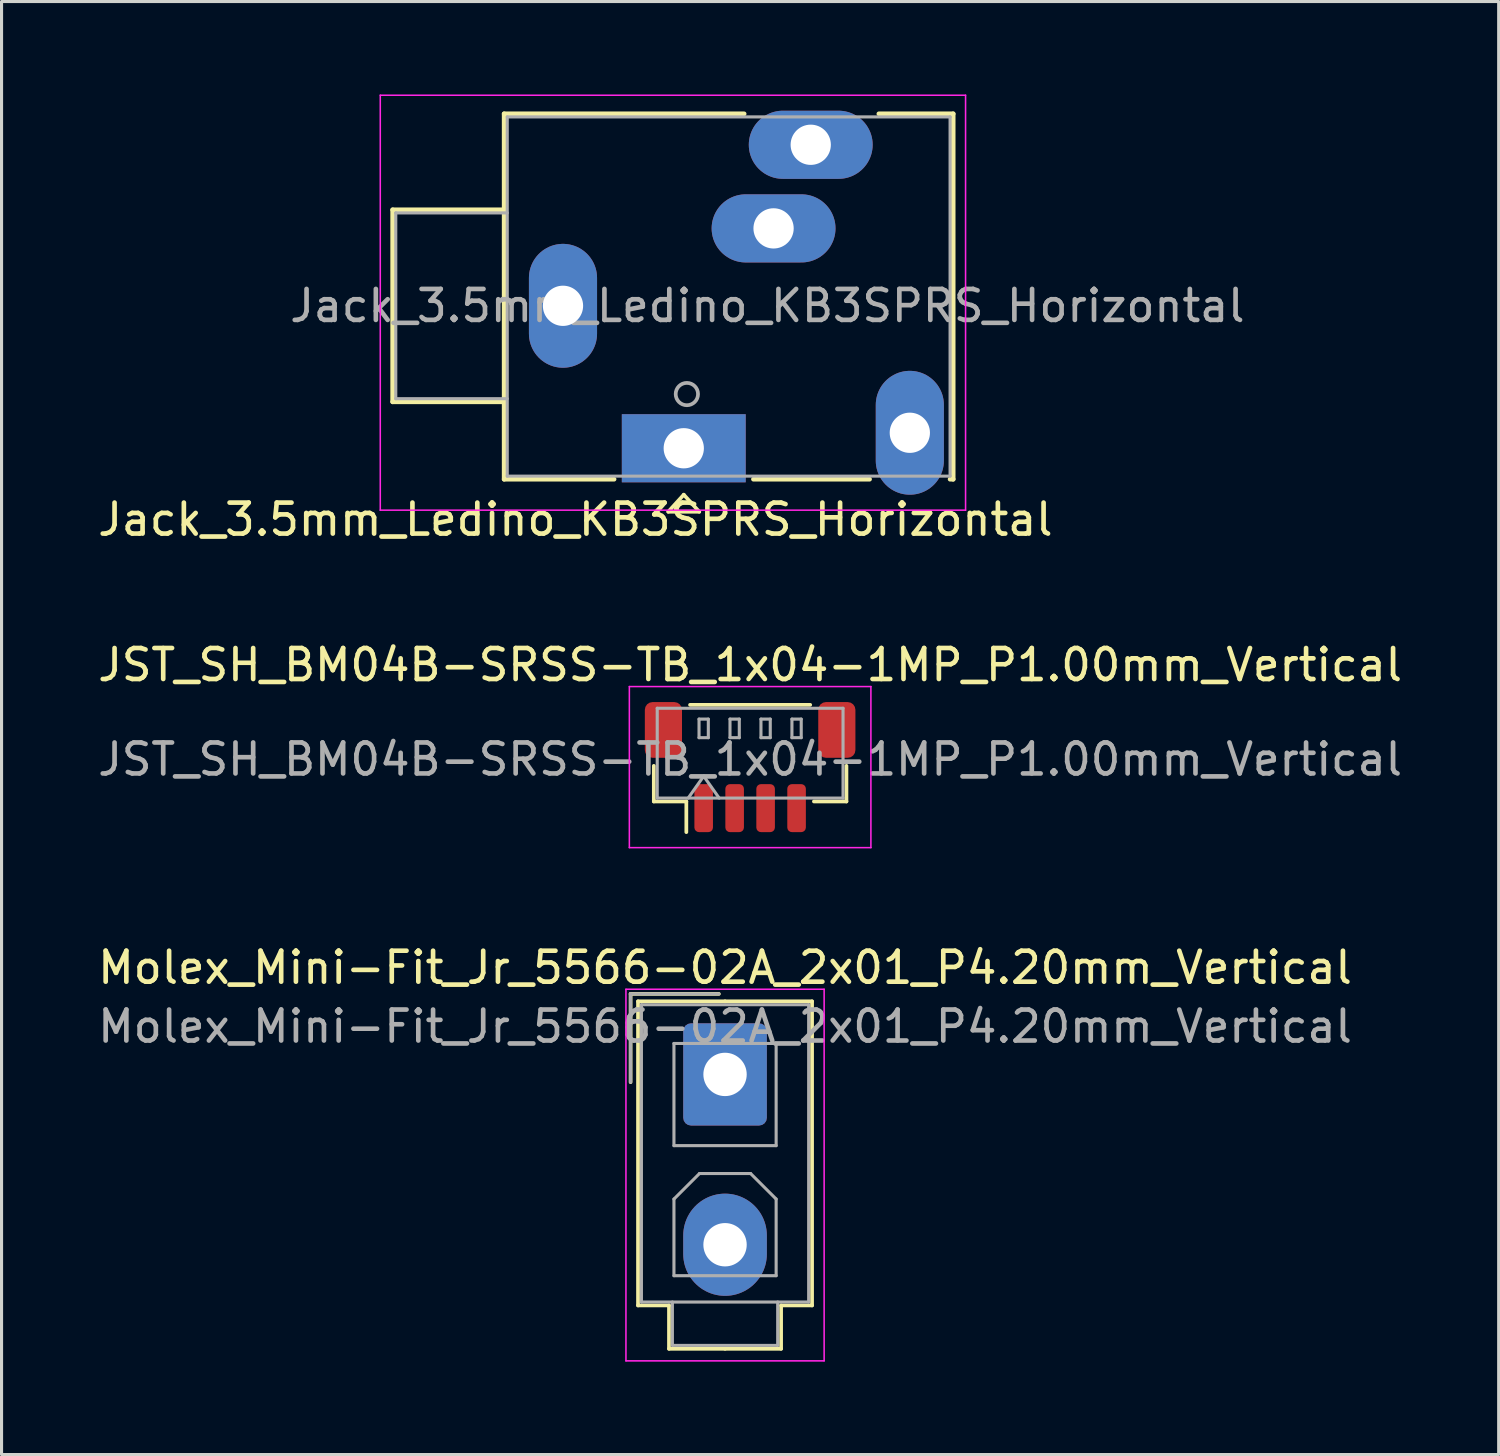
<source format=kicad_pcb>
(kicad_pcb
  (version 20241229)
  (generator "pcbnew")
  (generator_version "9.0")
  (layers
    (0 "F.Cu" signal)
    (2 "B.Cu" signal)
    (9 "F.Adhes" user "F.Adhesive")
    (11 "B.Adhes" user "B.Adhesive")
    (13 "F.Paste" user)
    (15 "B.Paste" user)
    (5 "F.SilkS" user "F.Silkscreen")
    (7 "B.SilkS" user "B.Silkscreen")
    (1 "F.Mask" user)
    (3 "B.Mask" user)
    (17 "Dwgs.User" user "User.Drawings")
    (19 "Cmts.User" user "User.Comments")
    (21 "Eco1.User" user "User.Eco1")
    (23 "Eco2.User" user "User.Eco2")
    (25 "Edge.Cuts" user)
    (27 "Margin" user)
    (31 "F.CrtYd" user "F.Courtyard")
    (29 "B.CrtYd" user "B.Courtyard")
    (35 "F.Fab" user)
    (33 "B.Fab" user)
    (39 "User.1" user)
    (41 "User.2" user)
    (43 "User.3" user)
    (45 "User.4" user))
  (footprint "Molex_Mini-Fit_Jr_5566-02A_2x01_P4.20mm_Vertical"
    (layer "F.Cu")
    (at 20.363 31.645)
    (property "Reference" "Molex_Mini-Fit_Jr_5566-02A_2x01_P4.20mm_Vertical" (at 0 -3.45 0) (layer "F.SilkS") (effects (font (size 1 1) (thickness 0.15))))
    (attr through_hole)
    (fp_line (start -3.05 -2.6) (end -3.05 0.25) (stroke (width 0.12) (type solid)) (layer "F.SilkS"))
    (fp_line (start -2.81 -2.36) (end -2.81 7.46) (stroke (width 0.12) (type solid)) (layer "F.SilkS"))
    (fp_line (start -2.81 7.46) (end -1.81 7.46) (stroke (width 0.12) (type solid)) (layer "F.SilkS"))
    (fp_line (start -1.81 7.46) (end -1.81 8.86) (stroke (width 0.12) (type solid)) (layer "F.SilkS"))
    (fp_line (start -1.81 8.86) (end 0 8.86) (stroke (width 0.12) (type solid)) (layer "F.SilkS"))
    (fp_line (start -0.2 -2.6) (end -3.05 -2.6) (stroke (width 0.12) (type solid)) (layer "F.SilkS"))
    (fp_line (start 0 -2.36) (end -2.81 -2.36) (stroke (width 0.12) (type solid)) (layer "F.SilkS"))
    (fp_line (start 0 -2.36) (end 2.81 -2.36) (stroke (width 0.12) (type solid)) (layer "F.SilkS"))
    (fp_line (start 1.81 7.46) (end 1.81 8.86) (stroke (width 0.12) (type solid)) (layer "F.SilkS"))
    (fp_line (start 1.81 8.86) (end 0 8.86) (stroke (width 0.12) (type solid)) (layer "F.SilkS"))
    (fp_line (start 2.81 -2.36) (end 2.81 7.46) (stroke (width 0.12) (type solid)) (layer "F.SilkS"))
    (fp_line (start 2.81 7.46) (end 1.81 7.46) (stroke (width 0.12) (type solid)) (layer "F.SilkS"))
    (fp_line (start -3.2 -2.75) (end -3.2 9.25) (stroke (width 0.05) (type solid)) (layer "F.CrtYd"))
    (fp_line (start -3.2 9.25) (end 3.2 9.25) (stroke (width 0.05) (type solid)) (layer "F.CrtYd"))
    (fp_line (start 3.2 -2.75) (end -3.2 -2.75) (stroke (width 0.05) (type solid)) (layer "F.CrtYd"))
    (fp_line (start 3.2 9.25) (end 3.2 -2.75) (stroke (width 0.05) (type solid)) (layer "F.CrtYd"))
    (fp_line (start -3.05 -2.6) (end -3.05 0.25) (stroke (width 0.1) (type solid)) (layer "F.Fab"))
    (fp_line (start -2.7 -2.25) (end -2.7 7.35) (stroke (width 0.1) (type solid)) (layer "F.Fab"))
    (fp_line (start -2.7 7.35) (end 2.7 7.35) (stroke (width 0.1) (type solid)) (layer "F.Fab"))
    (fp_line (start -1.7 7.35) (end -1.7 8.75) (stroke (width 0.1) (type solid)) (layer "F.Fab"))
    (fp_line (start -1.7 8.75) (end 1.7 8.75) (stroke (width 0.1) (type solid)) (layer "F.Fab"))
    (fp_line (start -1.65 -1) (end -1.65 2.3) (stroke (width 0.1) (type solid)) (layer "F.Fab"))
    (fp_line (start -1.65 2.3) (end 1.65 2.3) (stroke (width 0.1) (type solid)) (layer "F.Fab"))
    (fp_line (start -1.65 4.025) (end -0.825 3.2) (stroke (width 0.1) (type solid)) (layer "F.Fab"))
    (fp_line (start -1.65 6.5) (end -1.65 4.025) (stroke (width 0.1) (type solid)) (layer "F.Fab"))
    (fp_line (start -0.825 3.2) (end 0.825 3.2) (stroke (width 0.1) (type solid)) (layer "F.Fab"))
    (fp_line (start -0.2 -2.6) (end -3.05 -2.6) (stroke (width 0.1) (type solid)) (layer "F.Fab"))
    (fp_line (start 0.825 3.2) (end 1.65 4.025) (stroke (width 0.1) (type solid)) (layer "F.Fab"))
    (fp_line (start 1.65 -1) (end -1.65 -1) (stroke (width 0.1) (type solid)) (layer "F.Fab"))
    (fp_line (start 1.65 2.3) (end 1.65 -1) (stroke (width 0.1) (type solid)) (layer "F.Fab"))
    (fp_line (start 1.65 4.025) (end 1.65 6.5) (stroke (width 0.1) (type solid)) (layer "F.Fab"))
    (fp_line (start 1.65 6.5) (end -1.65 6.5) (stroke (width 0.1) (type solid)) (layer "F.Fab"))
    (fp_line (start 1.7 8.75) (end 1.7 7.35) (stroke (width 0.1) (type solid)) (layer "F.Fab"))
    (fp_line (start 2.7 -2.25) (end -2.7 -2.25) (stroke (width 0.1) (type solid)) (layer "F.Fab"))
    (fp_line (start 2.7 7.35) (end 2.7 -2.25) (stroke (width 0.1) (type solid)) (layer "F.Fab"))
    (fp_text user "${REFERENCE}" (at 0 -1.55 0) (layer "F.Fab") (effects (font (size 1 1) (thickness 0.15))))
    (pad "1" thru_hole roundrect (at 0 0) (size 2.7 3.3) (drill 1.4) (layers "*.Cu" "*.Mask") (roundrect_rratio 0.093))
    (pad "2" thru_hole oval (at 0 5.5) (size 2.7 3.3) (drill 1.4) (layers "*.Cu" "*.Mask")))
  (footprint "Jack_3.5mm_Ledino_KB3SPRS_Horizontal"
    (layer "F.Cu")
    (at 19.03 11.425)
    (property "Reference" "Jack_3.5mm_Ledino_KB3SPRS_Horizontal" (at -3.5 2.3 0) (layer "F.SilkS") (effects (font (size 1 1) (thickness 0.15))))
    (attr through_hole)
    (fp_line (start -9.4 -7.7) (end -9.4 -1.5) (stroke (width 0.15) (type solid)) (layer "F.SilkS"))
    (fp_line (start -9.4 -1.5) (end -5.8 -1.5) (stroke (width 0.15) (type solid)) (layer "F.SilkS"))
    (fp_line (start -5.8 -10.8) (end 1.95 -10.8) (stroke (width 0.15) (type solid)) (layer "F.SilkS"))
    (fp_line (start -5.8 -7.7) (end -9.4 -7.7) (stroke (width 0.15) (type solid)) (layer "F.SilkS"))
    (fp_line (start -5.8 1) (end -5.8 -10.8) (stroke (width 0.15) (type solid)) (layer "F.SilkS"))
    (fp_line (start -2.25 1) (end -5.8 1) (stroke (width 0.15) (type solid)) (layer "F.SilkS"))
    (fp_line (start -0.5 2.05) (end 0.5 2.05) (stroke (width 0.12) (type solid)) (layer "F.SilkS"))
    (fp_line (start 0 1.5) (end -0.5 2.05) (stroke (width 0.12) (type solid)) (layer "F.SilkS"))
    (fp_line (start 0.5 2.05) (end 0 1.5) (stroke (width 0.12) (type solid)) (layer "F.SilkS"))
    (fp_line (start 6 1) (end 2.25 1) (stroke (width 0.15) (type solid)) (layer "F.SilkS"))
    (fp_line (start 6.3 -10.8) (end 8.7 -10.8) (stroke (width 0.15) (type solid)) (layer "F.SilkS"))
    (fp_line (start 8.7 -10.8) (end 8.7 1) (stroke (width 0.15) (type solid)) (layer "F.SilkS"))
    (fp_line (start 8.7 1) (end 8.6 1) (stroke (width 0.15) (type solid)) (layer "F.SilkS"))
    (fp_line (start -9.8 -11.4) (end -9.8 2) (stroke (width 0.05) (type solid)) (layer "F.CrtYd"))
    (fp_line (start -9.8 2) (end 9.1 2) (stroke (width 0.05) (type solid)) (layer "F.CrtYd"))
    (fp_line (start 9.1 -11.4) (end -9.8 -11.4) (stroke (width 0.05) (type solid)) (layer "F.CrtYd"))
    (fp_line (start 9.1 2) (end 9.1 -11.4) (stroke (width 0.05) (type solid)) (layer "F.CrtYd"))
    (fp_line (start -9.3 -7.6) (end -9.3 -1.6) (stroke (width 0.1) (type solid)) (layer "F.Fab"))
    (fp_line (start -9.3 -7.6) (end -5.7 -7.6) (stroke (width 0.1) (type solid)) (layer "F.Fab"))
    (fp_line (start -9.3 -1.6) (end -5.7 -1.6) (stroke (width 0.1) (type solid)) (layer "F.Fab"))
    (fp_line (start -5.7 -10.7) (end -5.7 0.9) (stroke (width 0.1) (type solid)) (layer "F.Fab"))
    (fp_line (start -5.7 0.9) (end 8.6 0.9) (stroke (width 0.1) (type solid)) (layer "F.Fab"))
    (fp_line (start 8.6 -10.7) (end -5.7 -10.7) (stroke (width 0.1) (type solid)) (layer "F.Fab"))
    (fp_line (start 8.6 0.9) (end 8.6 -10.7) (stroke (width 0.1) (type solid)) (layer "F.Fab"))
    (fp_circle (center 0.1 -1.75) (end 0.4 -1.55) (stroke (width 0.12) (type solid)) (fill no) (layer "F.Fab"))
    (fp_text user "${REFERENCE}" (at 2.7 -4.6 0) (layer "F.Fab") (effects (font (size 1 1) (thickness 0.15))))
    (pad "R" thru_hole oval (at 4.1 -9.8) (size 4 2.2) (drill 1.3) (layers "*.Cu" "*.Mask"))
    (pad "RN" thru_hole oval (at 2.9 -7.1) (size 4 2.2) (drill 1.3) (layers "*.Cu" "*.Mask"))
    (pad "S" thru_hole oval (at -3.9 -4.6) (size 2.2 4) (drill 1.3) (layers "*.Cu" "*.Mask"))
    (pad "T" thru_hole rect (at 0 0) (size 4 2.2) (drill 1.3) (layers "*.Cu" "*.Mask"))
    (pad "TN" thru_hole oval (at 7.3 -0.5 90) (size 4 2.2) (drill 1.3) (layers "*.Cu" "*.Mask")))
  (footprint "JST_SH_BM04B-SRSS-TB_1x04-1MP_P1.00mm_Vertical"
    (layer "F.Cu")
    (at 21.173 21.721)
    (property "Reference" "JST_SH_BM04B-SRSS-TB_1x04-1MP_P1.00mm_Vertical" (at 0 -3.3 0) (layer "F.SilkS") (effects (font (size 1 1) (thickness 0.15))))
    (attr smd)
    (fp_line (start -3.11 -0.04) (end -3.11 1.11) (stroke (width 0.12) (type solid)) (layer "F.SilkS"))
    (fp_line (start -3.11 1.11) (end -2.06 1.11) (stroke (width 0.12) (type solid)) (layer "F.SilkS"))
    (fp_line (start -2.06 1.11) (end -2.06 2.1) (stroke (width 0.12) (type solid)) (layer "F.SilkS"))
    (fp_line (start -1.94 -2.01) (end 1.94 -2.01) (stroke (width 0.12) (type solid)) (layer "F.SilkS"))
    (fp_line (start 3.11 -0.04) (end 3.11 1.11) (stroke (width 0.12) (type solid)) (layer "F.SilkS"))
    (fp_line (start 3.11 1.11) (end 2.06 1.11) (stroke (width 0.12) (type solid)) (layer "F.SilkS"))
    (fp_line (start -3.9 -2.6) (end -3.9 2.6) (stroke (width 0.05) (type solid)) (layer "F.CrtYd"))
    (fp_line (start -3.9 2.6) (end 3.9 2.6) (stroke (width 0.05) (type solid)) (layer "F.CrtYd"))
    (fp_line (start 3.9 -2.6) (end -3.9 -2.6) (stroke (width 0.05) (type solid)) (layer "F.CrtYd"))
    (fp_line (start 3.9 2.6) (end 3.9 -2.6) (stroke (width 0.05) (type solid)) (layer "F.CrtYd"))
    (fp_line (start -3 -1.9) (end 3 -1.9) (stroke (width 0.1) (type solid)) (layer "F.Fab"))
    (fp_line (start -3 1) (end -3 -1.9) (stroke (width 0.1) (type solid)) (layer "F.Fab"))
    (fp_line (start -3 1) (end 3 1) (stroke (width 0.1) (type solid)) (layer "F.Fab"))
    (fp_line (start -2 1) (end -1.5 0.293) (stroke (width 0.1) (type solid)) (layer "F.Fab"))
    (fp_line (start -1.65 -1.55) (end -1.65 -0.95) (stroke (width 0.1) (type solid)) (layer "F.Fab"))
    (fp_line (start -1.65 -0.95) (end -1.35 -0.95) (stroke (width 0.1) (type solid)) (layer "F.Fab"))
    (fp_line (start -1.5 0.293) (end -1 1) (stroke (width 0.1) (type solid)) (layer "F.Fab"))
    (fp_line (start -1.35 -1.55) (end -1.65 -1.55) (stroke (width 0.1) (type solid)) (layer "F.Fab"))
    (fp_line (start -1.35 -0.95) (end -1.35 -1.55) (stroke (width 0.1) (type solid)) (layer "F.Fab"))
    (fp_line (start -0.65 -1.55) (end -0.65 -0.95) (stroke (width 0.1) (type solid)) (layer "F.Fab"))
    (fp_line (start -0.65 -0.95) (end -0.35 -0.95) (stroke (width 0.1) (type solid)) (layer "F.Fab"))
    (fp_line (start -0.35 -1.55) (end -0.65 -1.55) (stroke (width 0.1) (type solid)) (layer "F.Fab"))
    (fp_line (start -0.35 -0.95) (end -0.35 -1.55) (stroke (width 0.1) (type solid)) (layer "F.Fab"))
    (fp_line (start 0.35 -1.55) (end 0.35 -0.95) (stroke (width 0.1) (type solid)) (layer "F.Fab"))
    (fp_line (start 0.35 -0.95) (end 0.65 -0.95) (stroke (width 0.1) (type solid)) (layer "F.Fab"))
    (fp_line (start 0.65 -1.55) (end 0.35 -1.55) (stroke (width 0.1) (type solid)) (layer "F.Fab"))
    (fp_line (start 0.65 -0.95) (end 0.65 -1.55) (stroke (width 0.1) (type solid)) (layer "F.Fab"))
    (fp_line (start 1.35 -1.55) (end 1.35 -0.95) (stroke (width 0.1) (type solid)) (layer "F.Fab"))
    (fp_line (start 1.35 -0.95) (end 1.65 -0.95) (stroke (width 0.1) (type solid)) (layer "F.Fab"))
    (fp_line (start 1.65 -1.55) (end 1.35 -1.55) (stroke (width 0.1) (type solid)) (layer "F.Fab"))
    (fp_line (start 1.65 -0.95) (end 1.65 -1.55) (stroke (width 0.1) (type solid)) (layer "F.Fab"))
    (fp_line (start 3 1) (end 3 -1.9) (stroke (width 0.1) (type solid)) (layer "F.Fab"))
    (fp_text user "${REFERENCE}" (at 0 -0.25 0) (layer "F.Fab") (effects (font (size 1 1) (thickness 0.15))))
    (pad "1" smd roundrect (at -1.5 1.325) (size 0.6 1.55) (layers "F.Cu" "F.Mask" "F.Paste") (roundrect_rratio 0.25))
    (pad "2" smd roundrect (at -0.5 1.325) (size 0.6 1.55) (layers "F.Cu" "F.Mask" "F.Paste") (roundrect_rratio 0.25))
    (pad "3" smd roundrect (at 0.5 1.325) (size 0.6 1.55) (layers "F.Cu" "F.Mask" "F.Paste") (roundrect_rratio 0.25))
    (pad "4" smd roundrect (at 1.5 1.325) (size 0.6 1.55) (layers "F.Cu" "F.Mask" "F.Paste") (roundrect_rratio 0.25))
    (pad "MP" smd roundrect (at -2.8 -1.2) (size 1.2 1.8) (layers "F.Cu" "F.Mask" "F.Paste") (roundrect_rratio 0.208))
    (pad "MP" smd roundrect (at 2.8 -1.2) (size 1.2 1.8) (layers "F.Cu" "F.Mask" "F.Paste") (roundrect_rratio 0.208)))
  (gr_rect
    (start -3 -3)
    (end 45.345 43.92)
    (stroke (width 0.1) (type default))
    (fill no)
    (layer "Edge.Cuts")))
</source>
